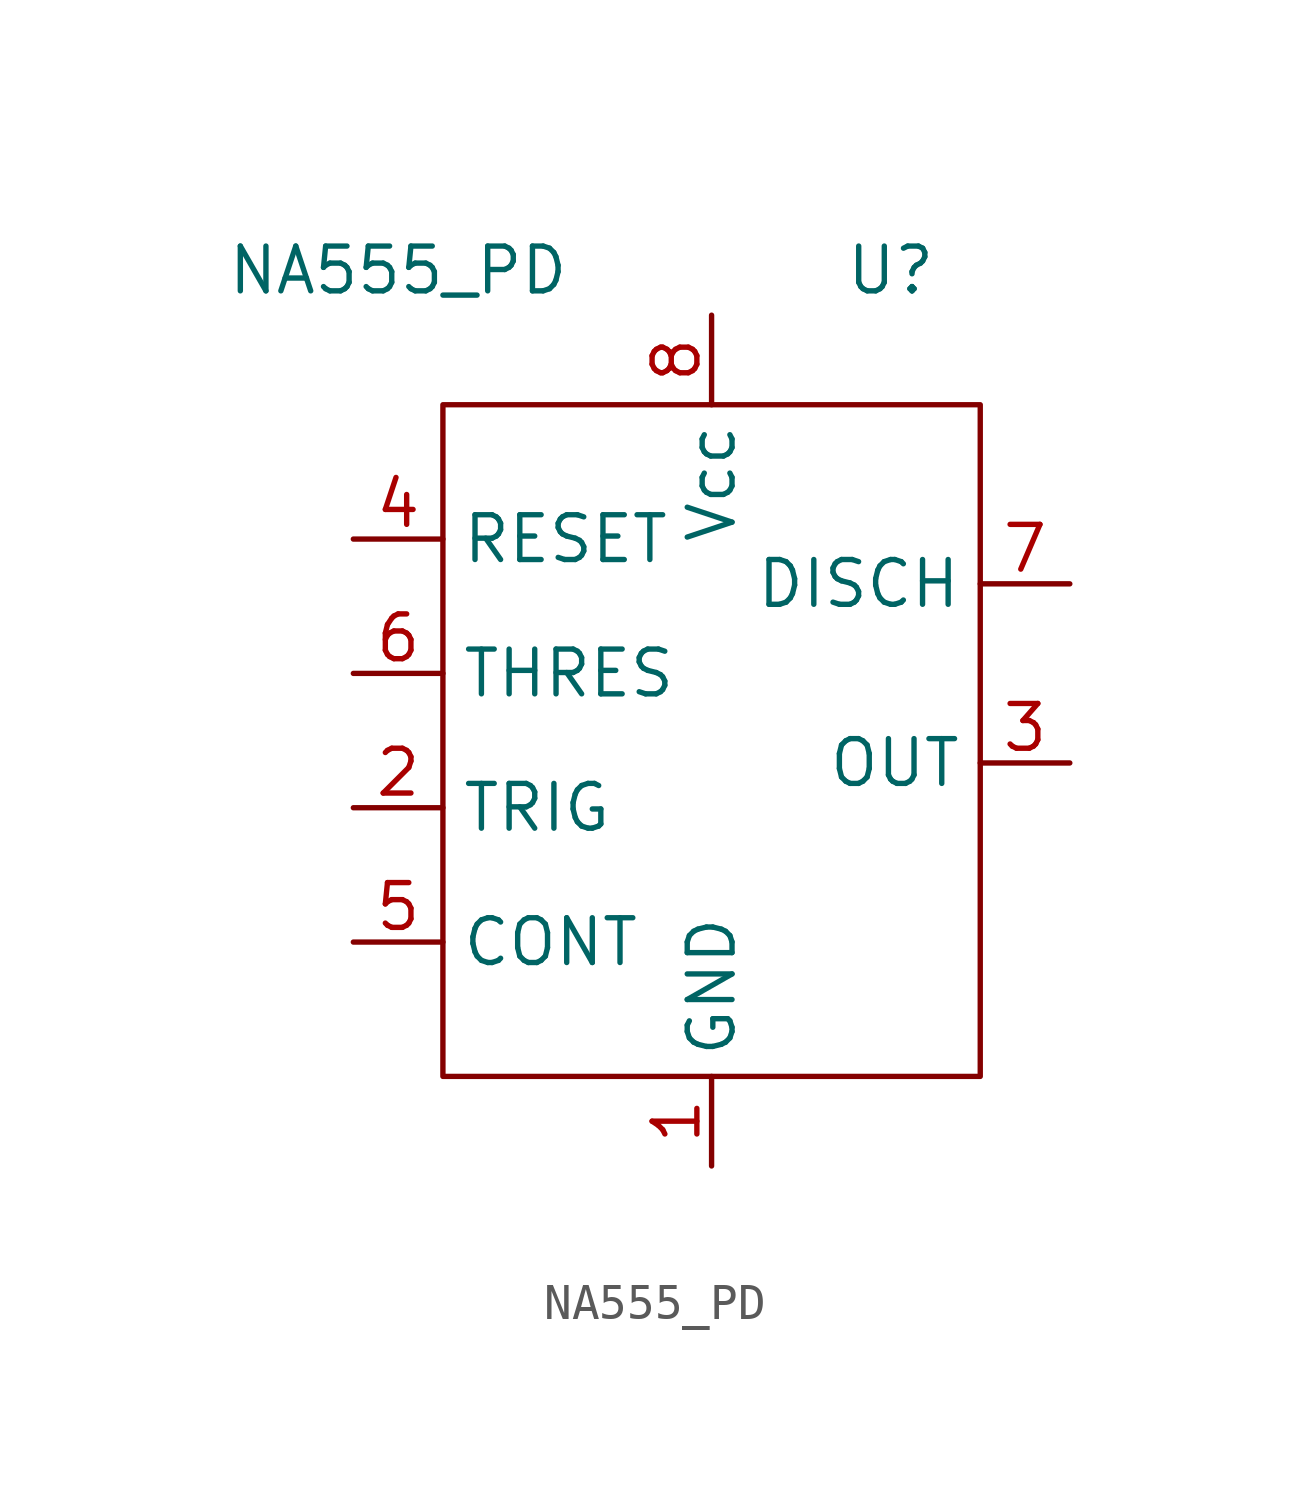
<source format=kicad_sym>
(kicad_symbol_lib
  (version 20211014)
  (generator kicad_symbol_editor)
  (symbol "NA555_PD"
    (property "Reference" "U"
      (at 5.08 13.97 0)
      (effects (font (size 1.27 1.27))))
    (property "Value" "NA555_PD"
      (at -8.89 13.97 0)
      (effects (font (size 1.27 1.27))))
    (symbol "NA555_PD_0_1"
      (rectangle (start -7.62 10.16) (end 7.62 -8.89) (stroke (width 0) (type default) (color 0 0 0 0)) (fill (type none))))
    (symbol "NA555_PD_1_1"
      (pin power_in line (at 0 -11.43 90) (length 2.54) (name "GND" (effects (font (size 1.27 1.27)))) (number "1" (effects (font (size 1.27 1.27)))))
      (pin input line (at -10.16 -1.27 0) (length 2.54) (name "TRIG" (effects (font (size 1.27 1.27)))) (number "2" (effects (font (size 1.27 1.27)))))
      (pin output line (at 10.16 0 180) (length 2.54) (name "OUT" (effects (font (size 1.27 1.27)))) (number "3" (effects (font (size 1.27 1.27)))))
      (pin input line (at -10.16 6.35 0) (length 2.54) (name "RESET" (effects (font (size 1.27 1.27)))) (number "4" (effects (font (size 1.27 1.27)))))
      (pin bidirectional line (at -10.16 -5.08 0) (length 2.54) (name "CONT" (effects (font (size 1.27 1.27)))) (number "5" (effects (font (size 1.27 1.27)))))
      (pin input line (at -10.16 2.54 0) (length 2.54) (name "THRES" (effects (font (size 1.27 1.27)))) (number "6" (effects (font (size 1.27 1.27)))))
      (pin output line (at 10.16 5.08 180) (length 2.54) (name "DISCH" (effects (font (size 1.27 1.27)))) (number "7" (effects (font (size 1.27 1.27)))))
      (pin power_in line (at 0 12.7 270) (length 2.54) (name "Vcc" (effects (font (size 1.27 1.27)))) (number "8" (effects (font (size 1.27 1.27))))))))
</source>
